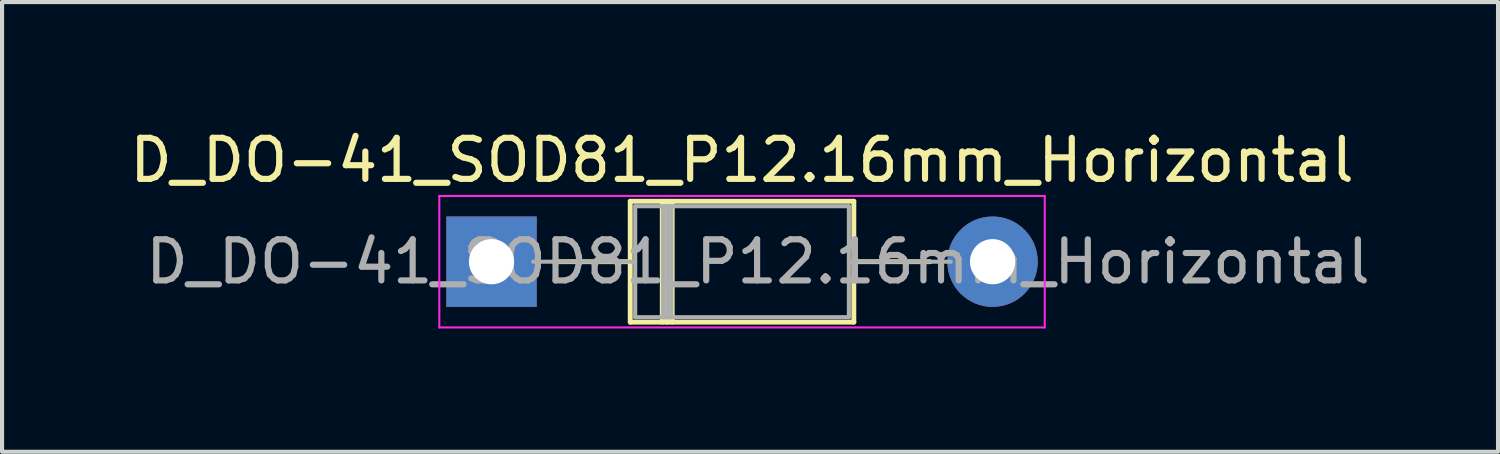
<source format=kicad_pcb>
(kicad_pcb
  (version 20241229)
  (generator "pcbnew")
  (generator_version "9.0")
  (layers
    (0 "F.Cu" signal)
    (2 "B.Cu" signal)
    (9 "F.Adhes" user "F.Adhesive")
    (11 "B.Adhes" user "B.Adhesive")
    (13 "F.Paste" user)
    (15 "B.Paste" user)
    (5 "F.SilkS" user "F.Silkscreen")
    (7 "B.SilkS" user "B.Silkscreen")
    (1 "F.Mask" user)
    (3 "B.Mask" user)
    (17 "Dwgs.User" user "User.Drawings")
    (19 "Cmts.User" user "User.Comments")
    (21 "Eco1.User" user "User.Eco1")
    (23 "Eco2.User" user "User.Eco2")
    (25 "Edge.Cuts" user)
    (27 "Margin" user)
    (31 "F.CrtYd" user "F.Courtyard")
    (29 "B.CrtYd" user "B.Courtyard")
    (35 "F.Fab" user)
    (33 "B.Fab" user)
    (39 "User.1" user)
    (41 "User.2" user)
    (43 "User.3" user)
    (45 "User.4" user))
  (footprint "D_DO-41_SOD81_P12.16mm_Horizontal"
    (layer "F.Cu")
    (at 9.926 3.318)
    (property "Reference" "D_DO-41_SOD81_P12.16mm_Horizontal" (at 5.08 -2.47 0) (layer "F.SilkS") (effects (font (size 1 1) (thickness 0.15))))
    (attr through_hole)
    (fp_line (start 0.508 0) (end 2.36 0) (stroke (width 0.12) (type solid)) (layer "F.SilkS"))
    (fp_line (start 2.36 -1.47) (end 2.36 1.47) (stroke (width 0.12) (type solid)) (layer "F.SilkS"))
    (fp_line (start 2.36 1.47) (end 7.8 1.47) (stroke (width 0.12) (type solid)) (layer "F.SilkS"))
    (fp_line (start 3.14 -1.47) (end 3.14 1.47) (stroke (width 0.12) (type solid)) (layer "F.SilkS"))
    (fp_line (start 3.26 -1.47) (end 3.26 1.47) (stroke (width 0.12) (type solid)) (layer "F.SilkS"))
    (fp_line (start 3.38 -1.47) (end 3.38 1.47) (stroke (width 0.12) (type solid)) (layer "F.SilkS"))
    (fp_line (start 7.8 -1.47) (end 2.36 -1.47) (stroke (width 0.12) (type solid)) (layer "F.SilkS"))
    (fp_line (start 7.8 1.47) (end 7.8 -1.47) (stroke (width 0.12) (type solid)) (layer "F.SilkS"))
    (fp_line (start 9.652 0) (end 7.8 0) (stroke (width 0.12) (type solid)) (layer "F.SilkS"))
    (fp_line (start -2.286 -1.6) (end -2.286 1.6) (stroke (width 0.05) (type solid)) (layer "F.CrtYd"))
    (fp_line (start -2.286 1.6) (end 12.446 1.6) (stroke (width 0.05) (type solid)) (layer "F.CrtYd"))
    (fp_line (start 12.446 -1.6) (end -2.286 -1.6) (stroke (width 0.05) (type solid)) (layer "F.CrtYd"))
    (fp_line (start 12.446 1.6) (end 12.446 -1.6) (stroke (width 0.05) (type solid)) (layer "F.CrtYd"))
    (fp_line (start 0 0) (end 2.48 0) (stroke (width 0.1) (type solid)) (layer "F.Fab"))
    (fp_line (start 2.48 -1.35) (end 2.48 1.35) (stroke (width 0.1) (type solid)) (layer "F.Fab"))
    (fp_line (start 2.48 1.35) (end 7.68 1.35) (stroke (width 0.1) (type solid)) (layer "F.Fab"))
    (fp_line (start 3.16 -1.35) (end 3.16 1.35) (stroke (width 0.1) (type solid)) (layer "F.Fab"))
    (fp_line (start 3.26 -1.35) (end 3.26 1.35) (stroke (width 0.1) (type solid)) (layer "F.Fab"))
    (fp_line (start 3.36 -1.35) (end 3.36 1.35) (stroke (width 0.1) (type solid)) (layer "F.Fab"))
    (fp_line (start 7.68 -1.35) (end 2.48 -1.35) (stroke (width 0.1) (type solid)) (layer "F.Fab"))
    (fp_line (start 7.68 1.35) (end 7.68 -1.35) (stroke (width 0.1) (type solid)) (layer "F.Fab"))
    (fp_line (start 10.16 0) (end 7.68 0) (stroke (width 0.1) (type solid)) (layer "F.Fab"))
    (fp_text user "${REFERENCE}" (at 5.47 0 0) (layer "F.Fab") (effects (font (size 1 1) (thickness 0.15))))
    (pad "1" thru_hole rect (at -1.016 0) (size 2.2 2.2) (drill 1.1) (layers "*.Cu" "*.Mask"))
    (pad "2" thru_hole oval (at 11.176 0) (size 2.2 2.2) (drill 1.1) (layers "*.Cu" "*.Mask")))
  (gr_rect
    (start -3 -3)
    (end 33.402 7.943)
    (stroke (width 0.1) (type default))
    (fill no)
    (layer "Edge.Cuts")))
</source>
